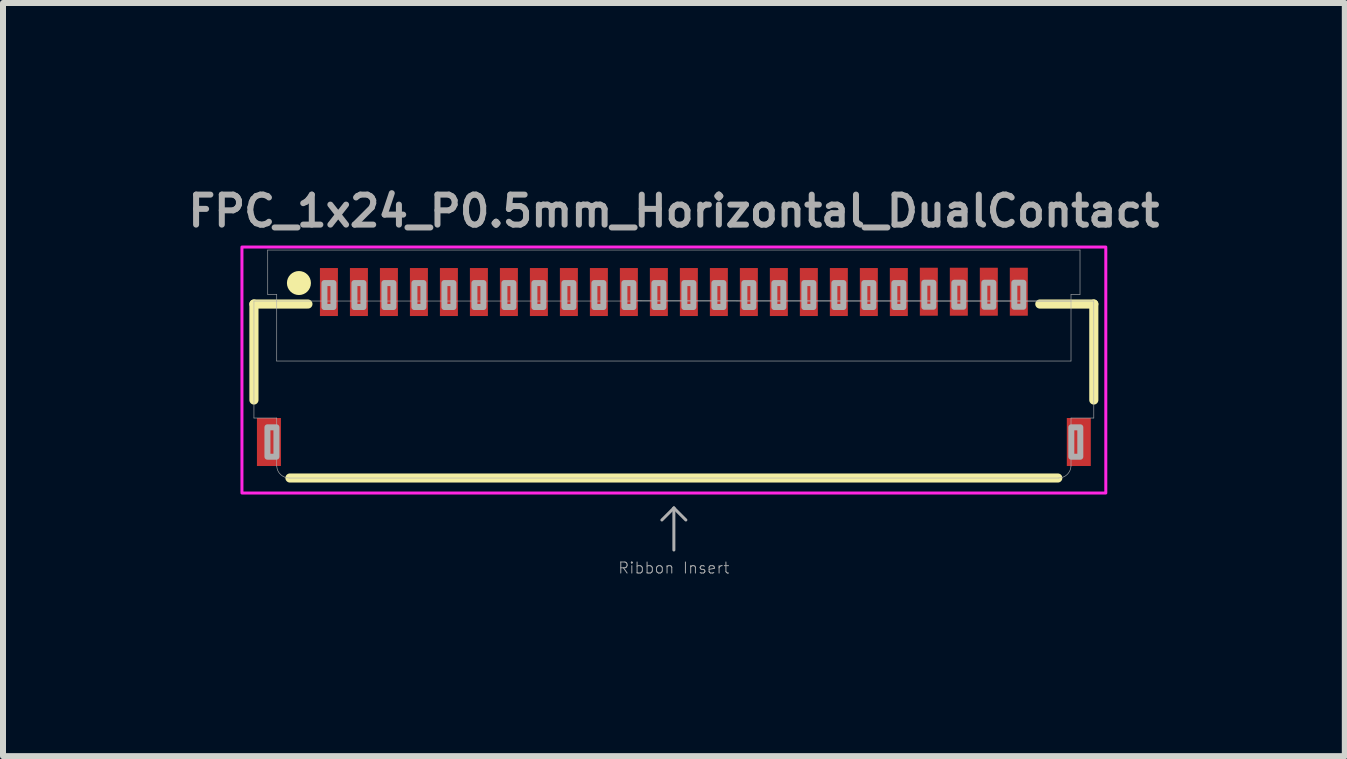
<source format=kicad_pcb>
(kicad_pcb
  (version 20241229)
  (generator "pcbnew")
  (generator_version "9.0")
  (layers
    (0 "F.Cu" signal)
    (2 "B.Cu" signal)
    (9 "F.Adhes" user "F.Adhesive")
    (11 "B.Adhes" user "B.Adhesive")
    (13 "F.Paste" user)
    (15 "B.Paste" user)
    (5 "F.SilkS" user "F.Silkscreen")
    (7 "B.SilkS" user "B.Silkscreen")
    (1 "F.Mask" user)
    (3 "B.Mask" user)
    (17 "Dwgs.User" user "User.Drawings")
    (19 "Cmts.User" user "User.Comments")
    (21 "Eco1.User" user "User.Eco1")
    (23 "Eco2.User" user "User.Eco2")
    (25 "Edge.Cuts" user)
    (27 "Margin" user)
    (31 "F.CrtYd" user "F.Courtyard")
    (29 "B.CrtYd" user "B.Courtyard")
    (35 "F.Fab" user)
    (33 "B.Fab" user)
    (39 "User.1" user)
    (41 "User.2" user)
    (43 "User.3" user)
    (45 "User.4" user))
  (footprint "FPC_1x24_P0.5mm_Horizontal_DualContact"
    (layer "F.Cu")
    (at 8.183 3.168)
    (property "Reference" "FPC_1x24_P0.5mm_Horizontal_DualContact" (at 0 -2.7 0) (layer "F.Fab") (effects (font (size 0.5 0.5) (thickness 0.1) (bold yes))))
    (attr smd)
    (fp_line (start -7 -1.15) (end -7 0.45) (stroke (width 0.152) (type solid)) (layer "F.SilkS"))
    (fp_line (start -7 -1.15) (end -6.1 -1.15) (stroke (width 0.152) (type solid)) (layer "F.SilkS"))
    (fp_line (start -6.4 1.75) (end 6.4 1.75) (stroke (width 0.152) (type solid)) (layer "F.SilkS"))
    (fp_line (start 7 -1.15) (end 6.1 -1.15) (stroke (width 0.152) (type solid)) (layer "F.SilkS"))
    (fp_line (start 7 -1.15) (end 7 0.45) (stroke (width 0.152) (type solid)) (layer "F.SilkS"))
    (fp_circle (center -6.25 -1.5) (end -6.35 -1.5) (stroke (width 0.2) (type solid)) (fill yes) (layer "F.SilkS"))
    (fp_rect (start -7.2 -2.1) (end 7.2 2) (stroke (width 0.05) (type default)) (fill no) (layer "F.CrtYd"))
    (fp_line (start -7 -1.2) (end -7 0.75) (stroke (width 0.01) (type solid)) (layer "F.Fab"))
    (fp_line (start -7 -1.2) (end -6.62 -1.2) (stroke (width 0.01) (type solid)) (layer "F.Fab"))
    (fp_line (start -6.77 -2.05) (end -6.77 -1.31) (stroke (width 0.01) (type solid)) (layer "F.Fab"))
    (fp_line (start -6.77 -2.05) (end 6.77 -2.05) (stroke (width 0.01) (type solid)) (layer "F.Fab"))
    (fp_line (start -6.62 -1.31) (end -6.77 -1.31) (stroke (width 0.01) (type solid)) (layer "F.Fab"))
    (fp_line (start -6.62 -1.2) (end -6.62 -1.31) (stroke (width 0.01) (type solid)) (layer "F.Fab"))
    (fp_line (start -6.62 -1.2) (end 6.62 -1.2) (stroke (width 0.01) (type solid)) (layer "F.Fab"))
    (fp_line (start -6.62 -0.2) (end -6.62 -1.2) (stroke (width 0.01) (type solid)) (layer "F.Fab"))
    (fp_line (start -6.62 -0.2) (end 6.62 -0.2) (stroke (width 0.01) (type solid)) (layer "F.Fab"))
    (fp_line (start -6.62 0.75) (end -7 0.75) (stroke (width 0.01) (type solid)) (layer "F.Fab"))
    (fp_line (start -6.62 1.55) (end -6.62 0.75) (stroke (width 0.01) (type solid)) (layer "F.Fab"))
    (fp_line (start -0.62 -1.205) (end 6.62 -1.2) (stroke (width 0.01) (type solid)) (layer "F.Fab"))
    (fp_line (start 0 2.25) (end -0.2 2.45) (stroke (width 0.05) (type solid)) (layer "F.Fab"))
    (fp_line (start 0 2.25) (end 0.2 2.45) (stroke (width 0.05) (type solid)) (layer "F.Fab"))
    (fp_line (start 0 2.95) (end 0 2.25) (stroke (width 0.05) (type solid)) (layer "F.Fab"))
    (fp_line (start 6.41 1.75) (end -6.412 1.75) (stroke (width 0.01) (type solid)) (layer "F.Fab"))
    (fp_line (start 6.62 -1.31) (end 6.77 -1.31) (stroke (width 0.01) (type solid)) (layer "F.Fab"))
    (fp_line (start 6.62 -1.2) (end 6.62 -1.31) (stroke (width 0.01) (type solid)) (layer "F.Fab"))
    (fp_line (start 6.62 -1.2) (end 7 -1.2) (stroke (width 0.01) (type solid)) (layer "F.Fab"))
    (fp_line (start 6.62 -0.2) (end 6.62 -1.2) (stroke (width 0.01) (type solid)) (layer "F.Fab"))
    (fp_line (start 6.62 1.55) (end 6.62 0.75) (stroke (width 0.01) (type solid)) (layer "F.Fab"))
    (fp_line (start 6.77 -1.31) (end 6.77 -2.05) (stroke (width 0.01) (type solid)) (layer "F.Fab"))
    (fp_line (start 7 -1.2) (end 7 0.75) (stroke (width 0.01) (type solid)) (layer "F.Fab"))
    (fp_line (start 7 0.75) (end 6.62 0.75) (stroke (width 0.01) (type solid)) (layer "F.Fab"))
    (fp_arc (start -6.409999 1.749999) (mid -6.55542 1.692442) (end -6.62 1.55) (stroke (width 0.01) (type solid)) (layer "F.Fab"))
    (fp_arc (start 6.62 1.55) (mid 6.555421 1.692445) (end 6.409999 1.749999) (stroke (width 0.01) (type solid)) (layer "F.Fab"))
    (fp_poly (pts (xy -6.775 1.395) (xy -6.625 1.395) (xy -6.625 0.905) (xy -6.775 0.905)) (stroke (width 0.1) (type default)) (fill no) (layer "F.Fab"))
    (fp_poly (pts (xy -5.825 -1.1) (xy -5.675 -1.1) (xy -5.675 -1.5) (xy -5.825 -1.5)) (stroke (width 0.1) (type default)) (fill no) (layer "F.Fab"))
    (fp_poly (pts (xy -5.325 -1.1) (xy -5.175 -1.1) (xy -5.175 -1.5) (xy -5.325 -1.5)) (stroke (width 0.1) (type default)) (fill no) (layer "F.Fab"))
    (fp_poly (pts (xy -4.825 -1.1) (xy -4.675 -1.1) (xy -4.675 -1.5) (xy -4.825 -1.5)) (stroke (width 0.1) (type default)) (fill no) (layer "F.Fab"))
    (fp_poly (pts (xy -4.325 -1.1) (xy -4.175 -1.1) (xy -4.175 -1.5) (xy -4.325 -1.5)) (stroke (width 0.1) (type default)) (fill no) (layer "F.Fab"))
    (fp_poly (pts (xy -3.825 -1.1) (xy -3.675 -1.1) (xy -3.675 -1.5) (xy -3.825 -1.5)) (stroke (width 0.1) (type default)) (fill no) (layer "F.Fab"))
    (fp_poly (pts (xy -3.325 -1.1) (xy -3.175 -1.1) (xy -3.175 -1.5) (xy -3.325 -1.5)) (stroke (width 0.1) (type default)) (fill no) (layer "F.Fab"))
    (fp_poly (pts (xy -2.825 -1.1) (xy -2.675 -1.1) (xy -2.675 -1.5) (xy -2.825 -1.5)) (stroke (width 0.1) (type default)) (fill no) (layer "F.Fab"))
    (fp_poly (pts (xy -2.325 -1.1) (xy -2.175 -1.1) (xy -2.175 -1.5) (xy -2.325 -1.5)) (stroke (width 0.1) (type default)) (fill no) (layer "F.Fab"))
    (fp_poly (pts (xy -1.825 -1.1) (xy -1.675 -1.1) (xy -1.675 -1.5) (xy -1.825 -1.5)) (stroke (width 0.1) (type default)) (fill no) (layer "F.Fab"))
    (fp_poly (pts (xy -1.325 -1.1) (xy -1.175 -1.1) (xy -1.175 -1.5) (xy -1.325 -1.5)) (stroke (width 0.1) (type default)) (fill no) (layer "F.Fab"))
    (fp_poly (pts (xy -0.825 -1.1) (xy -0.675 -1.1) (xy -0.675 -1.5) (xy -0.825 -1.5)) (stroke (width 0.1) (type default)) (fill no) (layer "F.Fab"))
    (fp_poly (pts (xy -0.325 -1.1) (xy -0.175 -1.1) (xy -0.175 -1.5) (xy -0.325 -1.5)) (stroke (width 0.1) (type default)) (fill no) (layer "F.Fab"))
    (fp_poly (pts (xy 0.175 -1.1) (xy 0.325 -1.1) (xy 0.325 -1.5) (xy 0.175 -1.5)) (stroke (width 0.1) (type default)) (fill no) (layer "F.Fab"))
    (fp_poly (pts (xy 0.675 -1.1) (xy 0.825 -1.1) (xy 0.825 -1.5) (xy 0.675 -1.5)) (stroke (width 0.1) (type default)) (fill no) (layer "F.Fab"))
    (fp_poly (pts (xy 1.175 -1.1) (xy 1.325 -1.1) (xy 1.325 -1.5) (xy 1.175 -1.5)) (stroke (width 0.1) (type default)) (fill no) (layer "F.Fab"))
    (fp_poly (pts (xy 1.675 -1.1) (xy 1.825 -1.1) (xy 1.825 -1.5) (xy 1.675 -1.5)) (stroke (width 0.1) (type default)) (fill no) (layer "F.Fab"))
    (fp_poly (pts (xy 2.175 -1.1) (xy 2.325 -1.1) (xy 2.325 -1.5) (xy 2.175 -1.5)) (stroke (width 0.1) (type default)) (fill no) (layer "F.Fab"))
    (fp_poly (pts (xy 2.675 -1.1) (xy 2.825 -1.1) (xy 2.825 -1.5) (xy 2.675 -1.5)) (stroke (width 0.1) (type default)) (fill no) (layer "F.Fab"))
    (fp_poly (pts (xy 3.175 -1.1) (xy 3.325 -1.1) (xy 3.325 -1.5) (xy 3.175 -1.5)) (stroke (width 0.1) (type default)) (fill no) (layer "F.Fab"))
    (fp_poly (pts (xy 3.675 -1.1) (xy 3.825 -1.1) (xy 3.825 -1.5) (xy 3.675 -1.5)) (stroke (width 0.1) (type default)) (fill no) (layer "F.Fab"))
    (fp_poly (pts (xy 4.175 -1.105) (xy 4.325 -1.105) (xy 4.325 -1.505) (xy 4.175 -1.505)) (stroke (width 0.1) (type default)) (fill no) (layer "F.Fab"))
    (fp_poly (pts (xy 4.675 -1.105) (xy 4.825 -1.105) (xy 4.825 -1.505) (xy 4.675 -1.505)) (stroke (width 0.1) (type default)) (fill no) (layer "F.Fab"))
    (fp_poly (pts (xy 5.175 -1.105) (xy 5.325 -1.105) (xy 5.325 -1.505) (xy 5.175 -1.505)) (stroke (width 0.1) (type default)) (fill no) (layer "F.Fab"))
    (fp_poly (pts (xy 5.675 -1.105) (xy 5.825 -1.105) (xy 5.825 -1.505) (xy 5.675 -1.505)) (stroke (width 0.1) (type default)) (fill no) (layer "F.Fab"))
    (fp_poly (pts (xy 6.625 1.395) (xy 6.775 1.395) (xy 6.775 0.905) (xy 6.625 0.905)) (stroke (width 0.1) (type default)) (fill no) (layer "F.Fab"))
    (fp_text user "Ribbon Insert" (at 0 3.25 0) (layer "F.Fab") (effects (font (size 0.184 0.184) (thickness 0.016))))
    (pad "1" smd rect (at -5.75 -1.35) (size 0.3 0.8) (layers "F.Cu" "F.Mask" "F.Paste"))
    (pad "2" smd rect (at -5.25 -1.35) (size 0.3 0.8) (layers "F.Cu" "F.Mask" "F.Paste"))
    (pad "3" smd rect (at -4.75 -1.35) (size 0.3 0.8) (layers "F.Cu" "F.Mask" "F.Paste"))
    (pad "4" smd rect (at -4.25 -1.35) (size 0.3 0.8) (layers "F.Cu" "F.Mask" "F.Paste"))
    (pad "5" smd rect (at -3.75 -1.35) (size 0.3 0.8) (layers "F.Cu" "F.Mask" "F.Paste"))
    (pad "6" smd rect (at -3.25 -1.35) (size 0.3 0.8) (layers "F.Cu" "F.Mask" "F.Paste"))
    (pad "7" smd rect (at -2.75 -1.35) (size 0.3 0.8) (layers "F.Cu" "F.Mask" "F.Paste"))
    (pad "8" smd rect (at -2.25 -1.35) (size 0.3 0.8) (layers "F.Cu" "F.Mask" "F.Paste"))
    (pad "9" smd rect (at -1.75 -1.35) (size 0.3 0.8) (layers "F.Cu" "F.Mask" "F.Paste"))
    (pad "10" smd rect (at -1.25 -1.35) (size 0.3 0.8) (layers "F.Cu" "F.Mask" "F.Paste"))
    (pad "11" smd rect (at -0.75 -1.35) (size 0.3 0.8) (layers "F.Cu" "F.Mask" "F.Paste"))
    (pad "12" smd rect (at -0.25 -1.35) (size 0.3 0.8) (layers "F.Cu" "F.Mask" "F.Paste"))
    (pad "13" smd rect (at 0.25 -1.35) (size 0.3 0.8) (layers "F.Cu" "F.Mask" "F.Paste"))
    (pad "14" smd rect (at 0.75 -1.35) (size 0.3 0.8) (layers "F.Cu" "F.Mask" "F.Paste"))
    (pad "15" smd rect (at 1.25 -1.35) (size 0.3 0.8) (layers "F.Cu" "F.Mask" "F.Paste"))
    (pad "16" smd rect (at 1.75 -1.35) (size 0.3 0.8) (layers "F.Cu" "F.Mask" "F.Paste"))
    (pad "17" smd rect (at 2.25 -1.35) (size 0.3 0.8) (layers "F.Cu" "F.Mask" "F.Paste"))
    (pad "18" smd rect (at 2.75 -1.35) (size 0.3 0.8) (layers "F.Cu" "F.Mask" "F.Paste"))
    (pad "19" smd rect (at 3.25 -1.35) (size 0.3 0.8) (layers "F.Cu" "F.Mask" "F.Paste"))
    (pad "20" smd rect (at 3.75 -1.35) (size 0.3 0.8) (layers "F.Cu" "F.Mask" "F.Paste"))
    (pad "21" smd rect (at 4.25 -1.355) (size 0.3 0.8) (layers "F.Cu" "F.Mask" "F.Paste"))
    (pad "22" smd rect (at 4.75 -1.355) (size 0.3 0.8) (layers "F.Cu" "F.Mask" "F.Paste"))
    (pad "23" smd rect (at 5.25 -1.355) (size 0.3 0.8) (layers "F.Cu" "F.Mask" "F.Paste"))
    (pad "24" smd rect (at 5.75 -1.355) (size 0.3 0.8) (layers "F.Cu" "F.Mask" "F.Paste"))
    (pad "MP1" smd rect (at -6.75 1.15) (size 0.4 0.8) (layers "F.Cu" "F.Mask" "F.Paste"))
    (pad "MP2" smd rect (at 6.75 1.15) (size 0.4 0.8) (layers "F.Cu" "F.Mask" "F.Paste")))
  (gr_rect
    (start -3 -3)
    (end 19.367 9.554)
    (stroke (width 0.1) (type default))
    (fill no)
    (layer "Edge.Cuts")))
</source>
